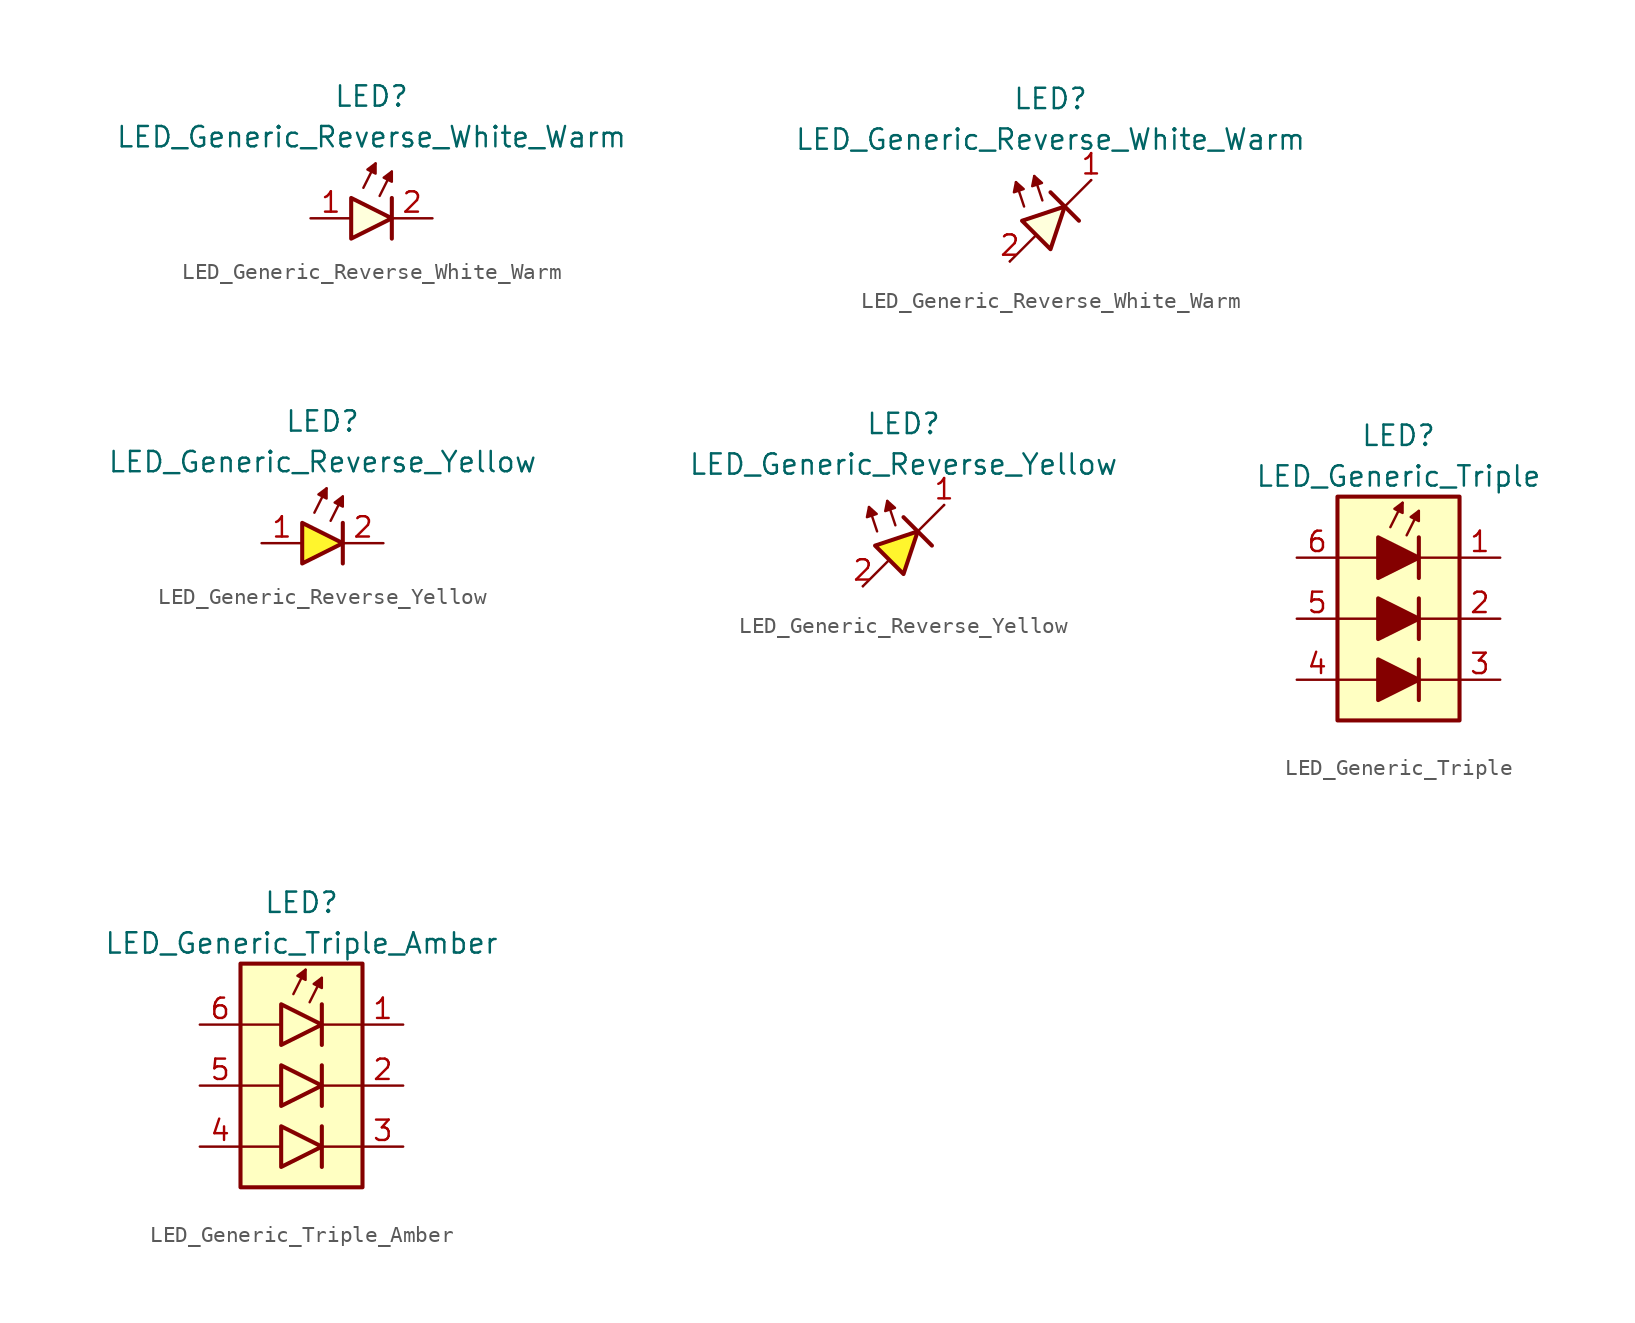
<source format=kicad_sym>
(kicad_symbol_lib
  (version 20231120)
  (generator "kicad_symbol_editor")
  (generator_version "8.0")
  (symbol "LED_Generic_Reverse_White_Warm"
    (pin_names
      (offset 1.016) hide)
    (property "Reference" "LED"
      (at 0 7.62 0)
      (effects (font (size 1.27 1.27))))
    (property "Value" "LED_Generic_Reverse_White_Warm"
      (at 0 5.08 0)
      (effects (font (size 1.27 1.27))))
    (symbol "LED_Generic_Reverse_White_Warm_0_1"
      (polyline (pts (xy -0.508 1.905) (xy 0.254 3.429)) (stroke (width 0.152) (type default)) (fill (type none)))
      (polyline (pts (xy 0.508 1.397) (xy 1.27 2.921)) (stroke (width 0.152) (type default)) (fill (type none)))
      (polyline (pts (xy 1.27 1.27) (xy 1.27 -1.27)) (stroke (width 0.254) (type default)) (fill (type none)))
      (polyline (pts (xy -1.27 1.27) (xy -1.27 -1.27) (xy 1.27 0) (xy -1.27 1.27)) (stroke (width 0.254) (type default)) (fill (type color) (color 255 255 220 1)))
      (polyline (pts (xy 0.254 2.794) (xy -0.254 3.048) (xy 0.254 3.429) (xy 0.254 2.794)) (stroke (width 0) (type solid)) (fill (type outline)))
      (polyline (pts (xy 1.27 2.286) (xy 0.762 2.54) (xy 1.27 2.921) (xy 1.27 2.286)) (stroke (width 0.152) (type default)) (fill (type outline))))
    (symbol "LED_Generic_Reverse_White_Warm_0_2"
      (polyline (pts (xy -2.54 -2.54) (xy -0.889 -0.889)) (stroke (width 0) (type default)) (fill (type none)))
      (polyline (pts (xy -1.651 0.889) (xy -2.159 2.413)) (stroke (width 0) (type default)) (fill (type none)))
      (polyline (pts (xy -0.508 1.27) (xy -1.016 2.794)) (stroke (width 0) (type default)) (fill (type none)))
      (polyline (pts (xy 0 1.778) (xy 1.778 0)) (stroke (width 0.254) (type default)) (fill (type none)))
      (polyline (pts (xy 0.889 0.889) (xy 2.54 2.54)) (stroke (width 0) (type default)) (fill (type none)))
      (polyline (pts (xy -2.159 2.413) (xy -2.286 1.778) (xy -1.676 1.981) (xy -2.159 2.413)) (stroke (width 0) (type default)) (fill (type outline)))
      (polyline (pts (xy -1.016 2.794) (xy -1.143 2.159) (xy -0.533 2.362) (xy -1.016 2.794)) (stroke (width 0) (type default)) (fill (type outline)))
      (polyline (pts (xy -0.889 -0.889) (xy -1.778 0) (xy 0.889 0.889) (xy 0 -1.778) (xy -0.889 -0.889)) (stroke (width 0.254) (type default)) (fill (type color) (color 255 255 220 1))))
    (symbol "LED_Generic_Reverse_White_Warm_1_1"
      (pin passive line (at -3.81 0 0) (length 2.54) (name "A" (effects (font (size 1.27 1.27)))) (number "1" (effects (font (size 1.27 1.27)))))
      (pin passive line (at 3.81 0 180) (length 2.54) (name "K" (effects (font (size 1.27 1.27)))) (number "2" (effects (font (size 1.27 1.27))))))
    (symbol "LED_Generic_Reverse_White_Warm_1_2"
      (pin passive line (at 2.54 2.54 180) (length 0) (name "K" (effects (font (size 1.27 1.27)))) (number "1" (effects (font (size 1.27 1.27)))))
      (pin passive line (at -2.54 -2.54 0) (length 0) (name "A" (effects (font (size 1.27 1.27)))) (number "2" (effects (font (size 1.27 1.27)))))))
  (symbol "LED_Generic_Reverse_Yellow"
    (pin_names
      (offset 1.016) hide)
    (property "Reference" "LED"
      (at 0 7.62 0)
      (effects (font (size 1.27 1.27))))
    (property "Value" "LED_Generic_Reverse_Yellow"
      (at 0 5.08 0)
      (effects (font (size 1.27 1.27))))
    (symbol "LED_Generic_Reverse_Yellow_0_1"
      (polyline (pts (xy -0.508 1.905) (xy 0.254 3.429)) (stroke (width 0.152) (type default)) (fill (type color) (color 0 0 0 0)))
      (polyline (pts (xy 0.508 1.397) (xy 1.27 2.921)) (stroke (width 0.152) (type default)) (fill (type outline)))
      (polyline (pts (xy 1.27 1.27) (xy 1.27 -1.27)) (stroke (width 0.254) (type default)) (fill (type none)))
      (polyline (pts (xy -1.27 1.27) (xy -1.27 -1.27) (xy 1.27 0) (xy -1.27 1.27)) (stroke (width 0.254) (type default)) (fill (type color) (color 255 245 45 1)))
      (polyline (pts (xy 0.254 2.794) (xy -0.254 3.048) (xy 0.254 3.429) (xy 0.254 2.794)) (stroke (width 0) (type solid)) (fill (type outline)))
      (polyline (pts (xy 1.27 2.286) (xy 0.762 2.54) (xy 1.27 2.921) (xy 1.27 2.286)) (stroke (width 0.152) (type default)) (fill (type outline))))
    (symbol "LED_Generic_Reverse_Yellow_0_2"
      (polyline (pts (xy -2.54 -2.54) (xy -0.889 -0.889)) (stroke (width 0) (type default)) (fill (type none)))
      (polyline (pts (xy -1.651 0.889) (xy -2.159 2.413)) (stroke (width 0) (type default)) (fill (type none)))
      (polyline (pts (xy -0.508 1.27) (xy -1.016 2.794)) (stroke (width 0) (type default)) (fill (type none)))
      (polyline (pts (xy 0 1.778) (xy 1.778 0)) (stroke (width 0.254) (type default)) (fill (type none)))
      (polyline (pts (xy 0.889 0.889) (xy 2.54 2.54)) (stroke (width 0) (type default)) (fill (type none)))
      (polyline (pts (xy -2.159 2.413) (xy -2.286 1.778) (xy -1.676 1.981) (xy -2.159 2.413)) (stroke (width 0) (type default)) (fill (type outline)))
      (polyline (pts (xy -1.016 2.794) (xy -1.143 2.159) (xy -0.533 2.362) (xy -1.016 2.794)) (stroke (width 0) (type default)) (fill (type outline)))
      (polyline (pts (xy -0.889 -0.889) (xy -1.778 0) (xy 0.889 0.889) (xy 0 -1.778) (xy -0.889 -0.889)) (stroke (width 0.254) (type default)) (fill (type color) (color 255 245 45 1))))
    (symbol "LED_Generic_Reverse_Yellow_1_1"
      (pin passive line (at -3.81 0 0) (length 2.54) (name "A" (effects (font (size 1.27 1.27)))) (number "1" (effects (font (size 1.27 1.27)))))
      (pin passive line (at 3.81 0 180) (length 2.54) (name "K" (effects (font (size 1.27 1.27)))) (number "2" (effects (font (size 1.27 1.27))))))
    (symbol "LED_Generic_Reverse_Yellow_1_2"
      (pin passive line (at 2.54 2.54 180) (length 0) (name "K" (effects (font (size 1.27 1.27)))) (number "1" (effects (font (size 1.27 1.27)))))
      (pin passive line (at -2.54 -2.54 0) (length 0) (name "A" (effects (font (size 1.27 1.27)))) (number "2" (effects (font (size 1.27 1.27)))))))
  (symbol "LED_Generic_Triple"
    (pin_names
      (offset 1.016) hide)
    (property "Reference" "LED"
      (at 0 7.62 0)
      (effects (font (size 1.27 1.27))))
    (property "Value" "LED_Generic_Triple"
      (at 0 5.08 0)
      (effects (font (size 1.27 1.27))))
    (symbol "LED_Generic_Triple_0_1"
      (polyline (pts (xy -3.81 -7.62) (xy -1.27 -7.62)) (stroke (width 0) (type default)) (fill (type none)))
      (polyline (pts (xy -3.81 -3.81) (xy -1.27 -3.81)) (stroke (width 0) (type default)) (fill (type none)))
      (polyline (pts (xy -1.27 0) (xy -3.81 0)) (stroke (width 0) (type default)) (fill (type none)))
      (polyline (pts (xy -0.508 1.905) (xy 0.254 3.429)) (stroke (width 0.152) (type default)) (fill (type none)))
      (polyline (pts (xy 0.508 1.397) (xy 1.27 2.921)) (stroke (width 0.152) (type default)) (fill (type none)))
      (polyline (pts (xy 1.27 -7.62) (xy 3.81 -7.62)) (stroke (width 0) (type default)) (fill (type none)))
      (polyline (pts (xy 1.27 -6.35) (xy 1.27 -8.89)) (stroke (width 0.254) (type default)) (fill (type none)))
      (polyline (pts (xy 1.27 -2.54) (xy 1.27 -5.08)) (stroke (width 0.254) (type default)) (fill (type none)))
      (polyline (pts (xy 1.27 1.27) (xy 1.27 -1.27)) (stroke (width 0.254) (type default)) (fill (type none)))
      (polyline (pts (xy 3.81 -3.81) (xy 1.27 -3.81)) (stroke (width 0) (type default)) (fill (type none)))
      (polyline (pts (xy 3.81 0) (xy 1.27 0)) (stroke (width 0) (type default)) (fill (type none)))
      (polyline (pts (xy 0.254 2.794) (xy -0.254 3.048) (xy 0.254 3.429) (xy 0.254 2.794)) (stroke (width 0) (type solid)) (fill (type outline)))
      (polyline (pts (xy 1.27 2.286) (xy 0.762 2.54) (xy 1.27 2.921) (xy 1.27 2.286)) (stroke (width 0.152) (type default)) (fill (type outline))))
    (symbol "LED_Generic_Triple_1_1"
      (rectangle (start -3.81 3.81) (end 3.81 -10.16) (stroke (width 0.254) (type default)) (fill (type background)))
      (polyline (pts (xy -1.27 -6.35) (xy -1.27 -8.89) (xy 1.27 -7.62) (xy -1.27 -6.35)) (stroke (width 0.254) (type default)) (fill (type outline)))
      (polyline (pts (xy -1.27 -2.54) (xy -1.27 -5.08) (xy 1.27 -3.81) (xy -1.27 -2.54)) (stroke (width 0.254) (type default)) (fill (type outline)))
      (polyline (pts (xy -1.27 1.27) (xy -1.27 -1.27) (xy 1.27 0) (xy -1.27 1.27)) (stroke (width 0.254) (type default)) (fill (type outline)))
      (pin passive line (at 6.35 0 180) (length 2.54) (name "K1" (effects (font (size 1.27 1.27)))) (number "1" (effects (font (size 1.27 1.27)))))
      (pin passive line (at 6.35 -3.81 180) (length 2.54) (name "K2" (effects (font (size 1.27 1.27)))) (number "2" (effects (font (size 1.27 1.27)))))
      (pin passive line (at 6.35 -7.62 180) (length 2.54) (name "K3" (effects (font (size 1.27 1.27)))) (number "3" (effects (font (size 1.27 1.27)))))
      (pin passive line (at -6.35 -7.62 0) (length 2.54) (name "A3" (effects (font (size 1.27 1.27)))) (number "4" (effects (font (size 1.27 1.27)))))
      (pin passive line (at -6.35 -3.81 0) (length 2.54) (name "A2" (effects (font (size 1.27 1.27)))) (number "5" (effects (font (size 1.27 1.27)))))
      (pin passive line (at -6.35 0 0) (length 2.54) (name "A1" (effects (font (size 1.27 1.27)))) (number "6" (effects (font (size 1.27 1.27)))))))
  (symbol "LED_Generic_Triple_Amber"
    (pin_names
      (offset 1.016) hide)
    (property "Reference" "LED"
      (at 0 7.62 0)
      (effects (font (size 1.27 1.27))))
    (property "Value" "LED_Generic_Triple_Amber"
      (at 0 5.08 0)
      (effects (font (size 1.27 1.27))))
    (symbol "LED_Generic_Triple_Amber_0_1"
      (polyline (pts (xy -3.81 -7.62) (xy -1.27 -7.62)) (stroke (width 0) (type default)) (fill (type none)))
      (polyline (pts (xy -3.81 -3.81) (xy -1.27 -3.81)) (stroke (width 0) (type default)) (fill (type none)))
      (polyline (pts (xy -1.27 0) (xy -3.81 0)) (stroke (width 0) (type default)) (fill (type none)))
      (polyline (pts (xy -0.508 1.905) (xy 0.254 3.429)) (stroke (width 0.152) (type default)) (fill (type none)))
      (polyline (pts (xy 0.508 1.397) (xy 1.27 2.921)) (stroke (width 0.152) (type default)) (fill (type none)))
      (polyline (pts (xy 1.27 -7.62) (xy 3.81 -7.62)) (stroke (width 0) (type default)) (fill (type none)))
      (polyline (pts (xy 1.27 -6.35) (xy 1.27 -8.89)) (stroke (width 0.254) (type default)) (fill (type none)))
      (polyline (pts (xy 1.27 -2.54) (xy 1.27 -5.08)) (stroke (width 0.254) (type default)) (fill (type none)))
      (polyline (pts (xy 1.27 1.27) (xy 1.27 -1.27)) (stroke (width 0.254) (type default)) (fill (type none)))
      (polyline (pts (xy 3.81 -3.81) (xy 1.27 -3.81)) (stroke (width 0) (type default)) (fill (type none)))
      (polyline (pts (xy 3.81 0) (xy 1.27 0)) (stroke (width 0) (type default)) (fill (type none)))
      (polyline (pts (xy -1.27 -6.35) (xy -1.27 -8.89) (xy 1.27 -7.62) (xy -1.27 -6.35)) (stroke (width 0.254) (type default)) (fill (type color) (color 220 180 30 1)))
      (polyline (pts (xy -1.27 -2.54) (xy -1.27 -5.08) (xy 1.27 -3.81) (xy -1.27 -2.54)) (stroke (width 0.254) (type default)) (fill (type color) (color 220 180 30 1)))
      (polyline (pts (xy -1.27 1.27) (xy -1.27 -1.27) (xy 1.27 0) (xy -1.27 1.27)) (stroke (width 0.254) (type default)) (fill (type color) (color 220 180 30 1)))
      (polyline (pts (xy 0.254 2.794) (xy -0.254 3.048) (xy 0.254 3.429) (xy 0.254 2.794)) (stroke (width 0) (type solid)) (fill (type outline)))
      (polyline (pts (xy 1.27 2.286) (xy 0.762 2.54) (xy 1.27 2.921) (xy 1.27 2.286)) (stroke (width 0.152) (type default)) (fill (type outline))))
    (symbol "LED_Generic_Triple_Amber_1_1"
      (rectangle (start -3.81 3.81) (end 3.81 -10.16) (stroke (width 0.254) (type default)) (fill (type background)))
      (pin passive line (at 6.35 0 180) (length 2.54) (name "K1" (effects (font (size 1.27 1.27)))) (number "1" (effects (font (size 1.27 1.27)))))
      (pin passive line (at 6.35 -3.81 180) (length 2.54) (name "K2" (effects (font (size 1.27 1.27)))) (number "2" (effects (font (size 1.27 1.27)))))
      (pin passive line (at 6.35 -7.62 180) (length 2.54) (name "K3" (effects (font (size 1.27 1.27)))) (number "3" (effects (font (size 1.27 1.27)))))
      (pin passive line (at -6.35 -7.62 0) (length 2.54) (name "A3" (effects (font (size 1.27 1.27)))) (number "4" (effects (font (size 1.27 1.27)))))
      (pin passive line (at -6.35 -3.81 0) (length 2.54) (name "A2" (effects (font (size 1.27 1.27)))) (number "5" (effects (font (size 1.27 1.27)))))
      (pin passive line (at -6.35 0 0) (length 2.54) (name "A1" (effects (font (size 1.27 1.27)))) (number "6" (effects (font (size 1.27 1.27))))))))
</source>
